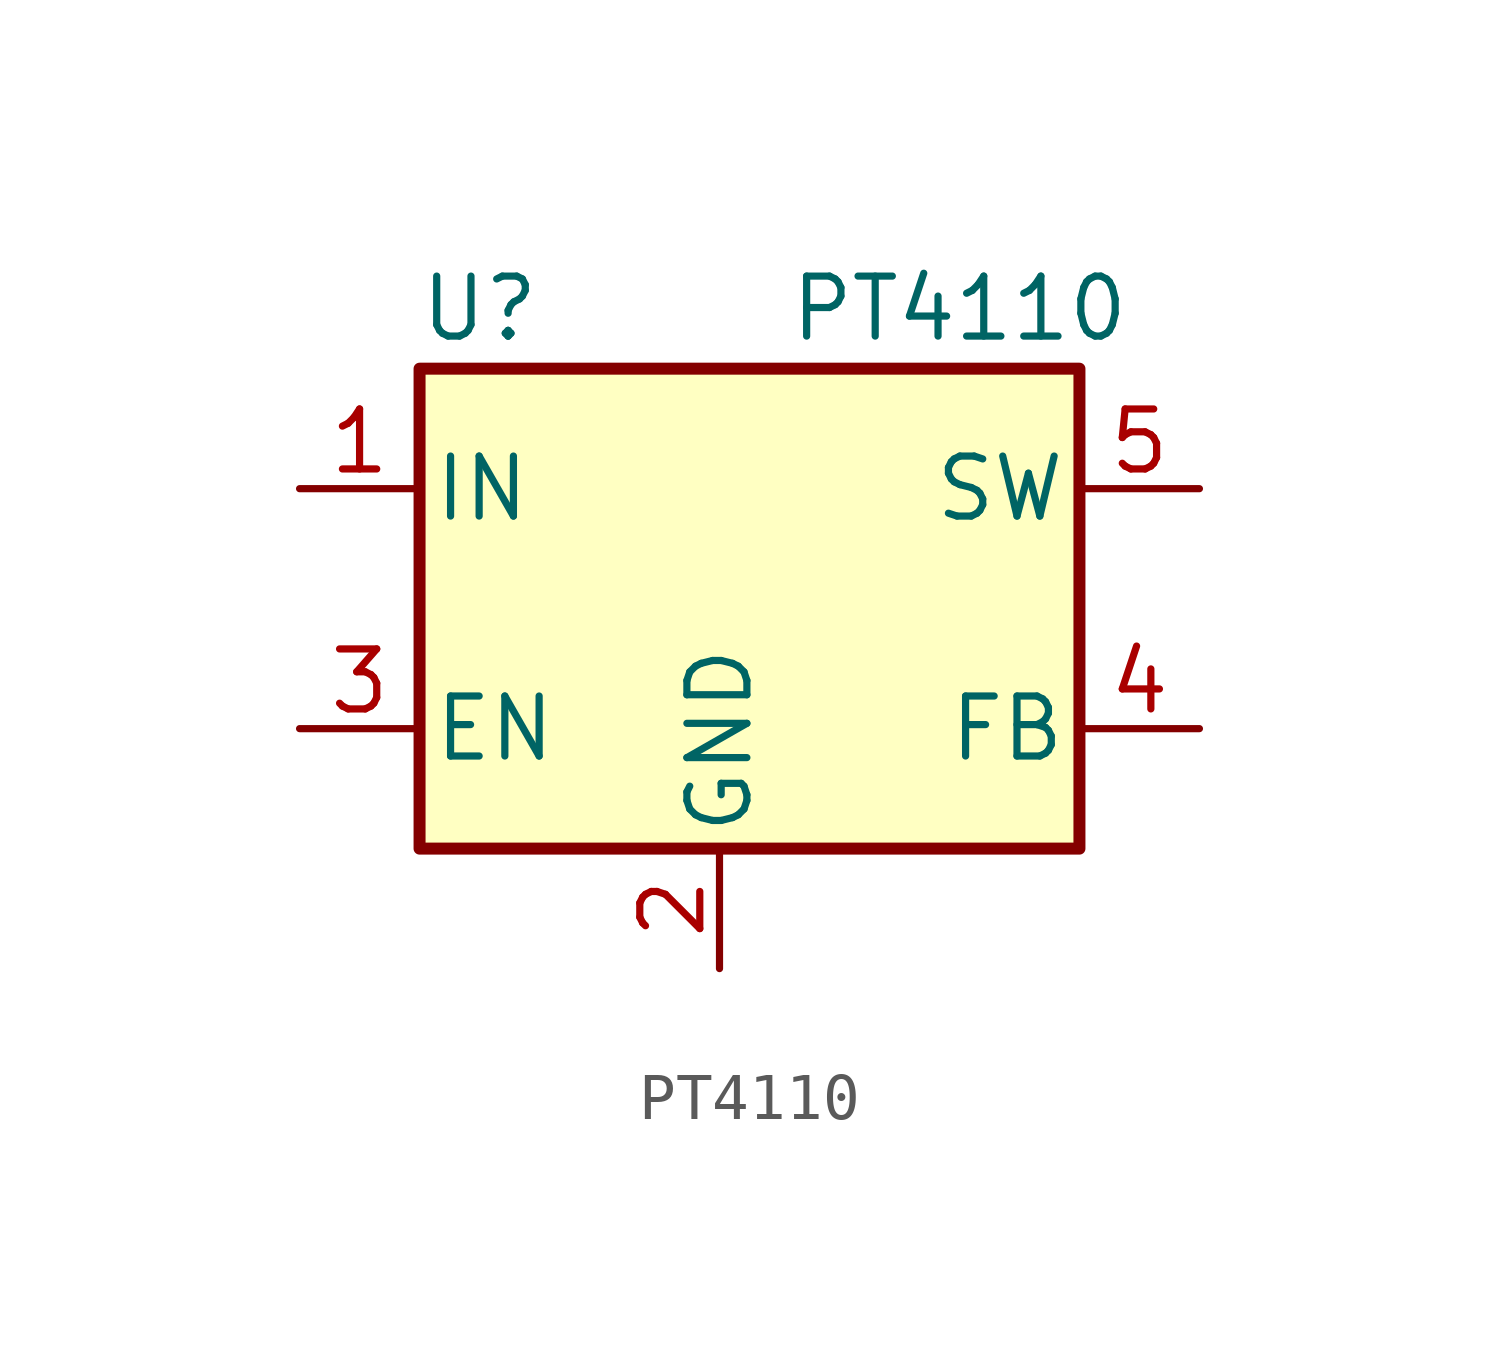
<source format=kicad_sym>
(kicad_symbol_lib
  (version 20231120)
  (generator "kicad_symbol_editor")
  (generator_version "8.0")
  (symbol "PT4110"
    (pin_names
      (offset 0.254))
    (property "Reference" "U"
      (at -5.08 8.89 0)
      (effects (font (size 1.27 1.27))))
    (property "Value" "PT4110"
      (at 5.08 8.89 0)
      (effects (font (size 1.27 1.27))))
    (symbol "PT4110_0_1"
      (rectangle (start -6.35 7.62) (end 7.62 -2.54) (stroke (width 0.254) (type default)) (fill (type background))))
    (symbol "PT4110_1_1"
      (pin power_in line (at -8.89 5.08 0) (length 2.54) (name "IN" (effects (font (size 1.27 1.27)))) (number "1" (effects (font (size 1.27 1.27)))))
      (pin power_in line (at 0 -5.08 90) (length 2.54) (name "GND" (effects (font (size 1.27 1.27)))) (number "2" (effects (font (size 1.27 1.27)))))
      (pin input line (at -8.89 0 0) (length 2.54) (name "EN" (effects (font (size 1.27 1.27)))) (number "3" (effects (font (size 1.27 1.27)))))
      (pin input line (at 10.16 0 180) (length 2.54) (name "FB" (effects (font (size 1.27 1.27)))) (number "4" (effects (font (size 1.27 1.27)))))
      (pin power_out line (at 10.16 5.08 180) (length 2.54) (name "SW" (effects (font (size 1.27 1.27)))) (number "5" (effects (font (size 1.27 1.27))))))))
</source>
